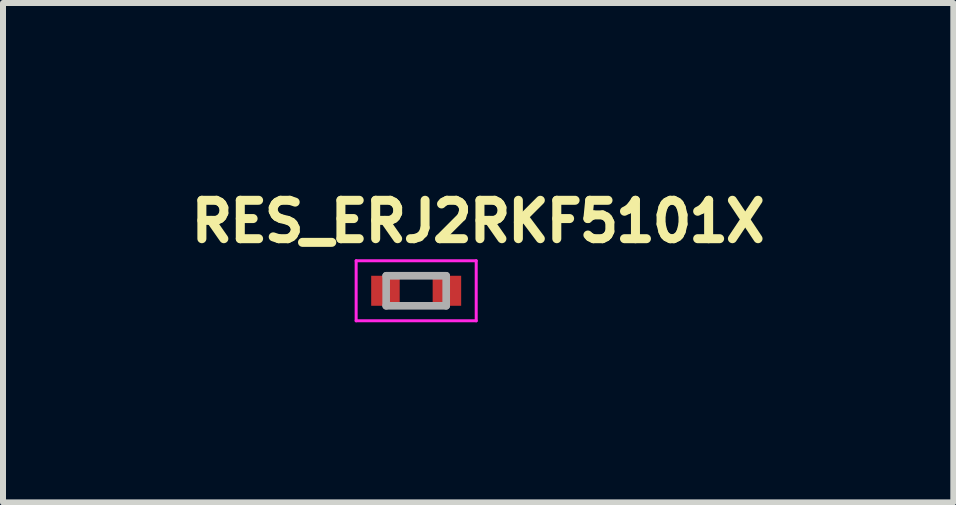
<source format=kicad_pcb>
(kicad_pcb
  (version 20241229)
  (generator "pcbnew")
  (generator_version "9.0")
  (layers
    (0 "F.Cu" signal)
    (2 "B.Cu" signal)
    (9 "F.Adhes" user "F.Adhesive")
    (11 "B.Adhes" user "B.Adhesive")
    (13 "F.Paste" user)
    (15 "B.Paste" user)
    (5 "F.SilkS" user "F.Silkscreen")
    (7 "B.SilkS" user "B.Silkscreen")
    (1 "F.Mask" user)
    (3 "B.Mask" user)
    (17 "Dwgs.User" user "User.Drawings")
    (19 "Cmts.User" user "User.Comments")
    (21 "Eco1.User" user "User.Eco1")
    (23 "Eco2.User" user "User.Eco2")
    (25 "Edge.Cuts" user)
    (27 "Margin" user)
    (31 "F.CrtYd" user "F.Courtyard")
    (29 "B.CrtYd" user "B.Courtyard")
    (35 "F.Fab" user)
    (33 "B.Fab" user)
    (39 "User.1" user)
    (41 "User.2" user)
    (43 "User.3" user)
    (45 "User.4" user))
  (footprint "RES_ERJ2RKF5101X"
    (layer "F.Cu")
    (at 3.883 1.794)
    (property "Reference" "RES_ERJ2RKF5101X" (at 1.032 -1.156 0) (layer "F.SilkS") (effects (font (size 0.64 0.64) (thickness 0.15))))
    (attr smd)
    (fp_line (start -1 -0.5) (end -1 0.5) (stroke (width 0.05) (type solid)) (layer "F.CrtYd"))
    (fp_line (start -1 0.5) (end 1 0.5) (stroke (width 0.05) (type solid)) (layer "F.CrtYd"))
    (fp_line (start 1 -0.5) (end -1 -0.5) (stroke (width 0.05) (type solid)) (layer "F.CrtYd"))
    (fp_line (start 1 0.5) (end 1 -0.5) (stroke (width 0.05) (type solid)) (layer "F.CrtYd"))
    (fp_line (start -0.5 -0.25) (end -0.5 0.25) (stroke (width 0.127) (type solid)) (layer "F.Fab"))
    (fp_line (start -0.5 -0.25) (end 0.5 -0.25) (stroke (width 0.127) (type solid)) (layer "F.Fab"))
    (fp_line (start -0.5 0.25) (end 0.5 0.25) (stroke (width 0.127) (type solid)) (layer "F.Fab"))
    (fp_line (start 0.5 -0.25) (end 0.5 0.25) (stroke (width 0.127) (type solid)) (layer "F.Fab"))
    (pad "1" smd rect (at -0.512 0) (size 0.475 0.5) (layers "F.Cu" "F.Mask" "F.Paste"))
    (pad "2" smd rect (at 0.512 0) (size 0.475 0.5) (layers "F.Cu" "F.Mask" "F.Paste")))
  (gr_rect
    (start -3 -3)
    (end 12.831 5.319)
    (stroke (width 0.1) (type default))
    (fill no)
    (layer "Edge.Cuts")))
</source>
